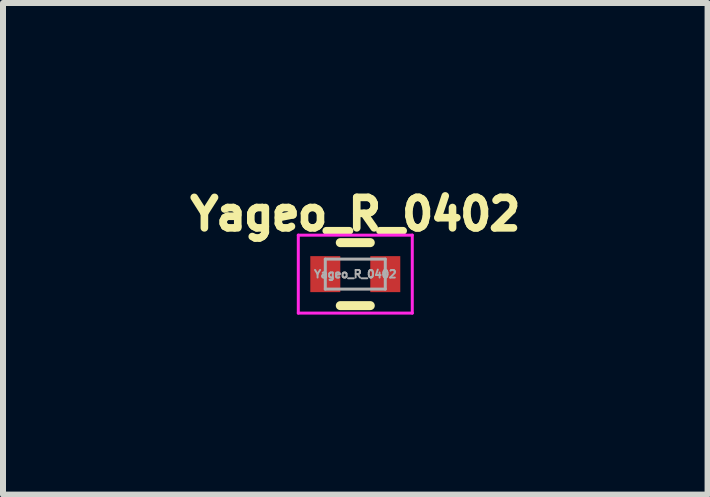
<source format=kicad_pcb>
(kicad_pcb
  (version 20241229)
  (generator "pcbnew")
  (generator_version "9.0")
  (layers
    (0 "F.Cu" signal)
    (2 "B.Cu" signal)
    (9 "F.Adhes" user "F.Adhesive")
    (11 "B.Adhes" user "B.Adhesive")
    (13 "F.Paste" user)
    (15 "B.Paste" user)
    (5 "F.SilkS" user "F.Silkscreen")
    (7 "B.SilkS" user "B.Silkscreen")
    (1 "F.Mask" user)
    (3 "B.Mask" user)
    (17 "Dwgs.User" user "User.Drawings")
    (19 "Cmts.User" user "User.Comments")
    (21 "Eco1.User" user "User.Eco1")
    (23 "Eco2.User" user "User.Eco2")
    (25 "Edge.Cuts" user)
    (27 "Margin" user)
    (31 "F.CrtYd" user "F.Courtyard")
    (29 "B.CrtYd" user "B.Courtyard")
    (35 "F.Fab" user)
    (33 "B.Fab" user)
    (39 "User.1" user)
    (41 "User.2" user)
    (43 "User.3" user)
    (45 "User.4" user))
  (footprint "Yageo_R_0402"
    (layer "F.Cu")
    (at 2.873 1.52)
    (property "Reference" "Yageo_R_0402" (at 0 -1 0) (layer "F.SilkS") (effects (font (size 0.508 0.508) (thickness 0.127))))
    (attr smd)
    (fp_line (start -0.25 0.525) (end 0.25 0.525) (stroke (width 0.15) (type solid)) (layer "F.SilkS"))
    (fp_line (start 0.25 -0.525) (end -0.25 -0.525) (stroke (width 0.15) (type solid)) (layer "F.SilkS"))
    (fp_line (start -0.95 -0.65) (end -0.95 0.65) (stroke (width 0.05) (type solid)) (layer "F.CrtYd"))
    (fp_line (start -0.95 -0.65) (end 0.95 -0.65) (stroke (width 0.05) (type solid)) (layer "F.CrtYd"))
    (fp_line (start -0.95 0.65) (end 0.95 0.65) (stroke (width 0.05) (type solid)) (layer "F.CrtYd"))
    (fp_line (start 0.95 -0.65) (end 0.95 0.65) (stroke (width 0.05) (type solid)) (layer "F.CrtYd"))
    (fp_line (start -0.5 -0.25) (end 0.5 -0.25) (stroke (width 0.05) (type solid)) (layer "F.Fab"))
    (fp_line (start -0.5 0.25) (end -0.5 -0.25) (stroke (width 0.05) (type solid)) (layer "F.Fab"))
    (fp_line (start 0.5 -0.25) (end 0.5 0.25) (stroke (width 0.05) (type solid)) (layer "F.Fab"))
    (fp_line (start 0.5 0.25) (end -0.5 0.25) (stroke (width 0.05) (type solid)) (layer "F.Fab"))
    (fp_text user "${REFERENCE}" (at 0 0 0) (layer "F.Fab") (effects (font (size 0.127 0.127) (thickness 0.032))))
    (pad "1" smd rect (at -0.5 0) (size 0.5 0.6) (layers "F.Cu" "F.Mask" "F.Paste"))
    (pad "2" smd rect (at 0.5 0) (size 0.5 0.6) (layers "F.Cu" "F.Mask" "F.Paste")))
  (gr_rect
    (start -3 -3)
    (end 8.746 5.195)
    (stroke (width 0.1) (type default))
    (fill no)
    (layer "Edge.Cuts")))
</source>
